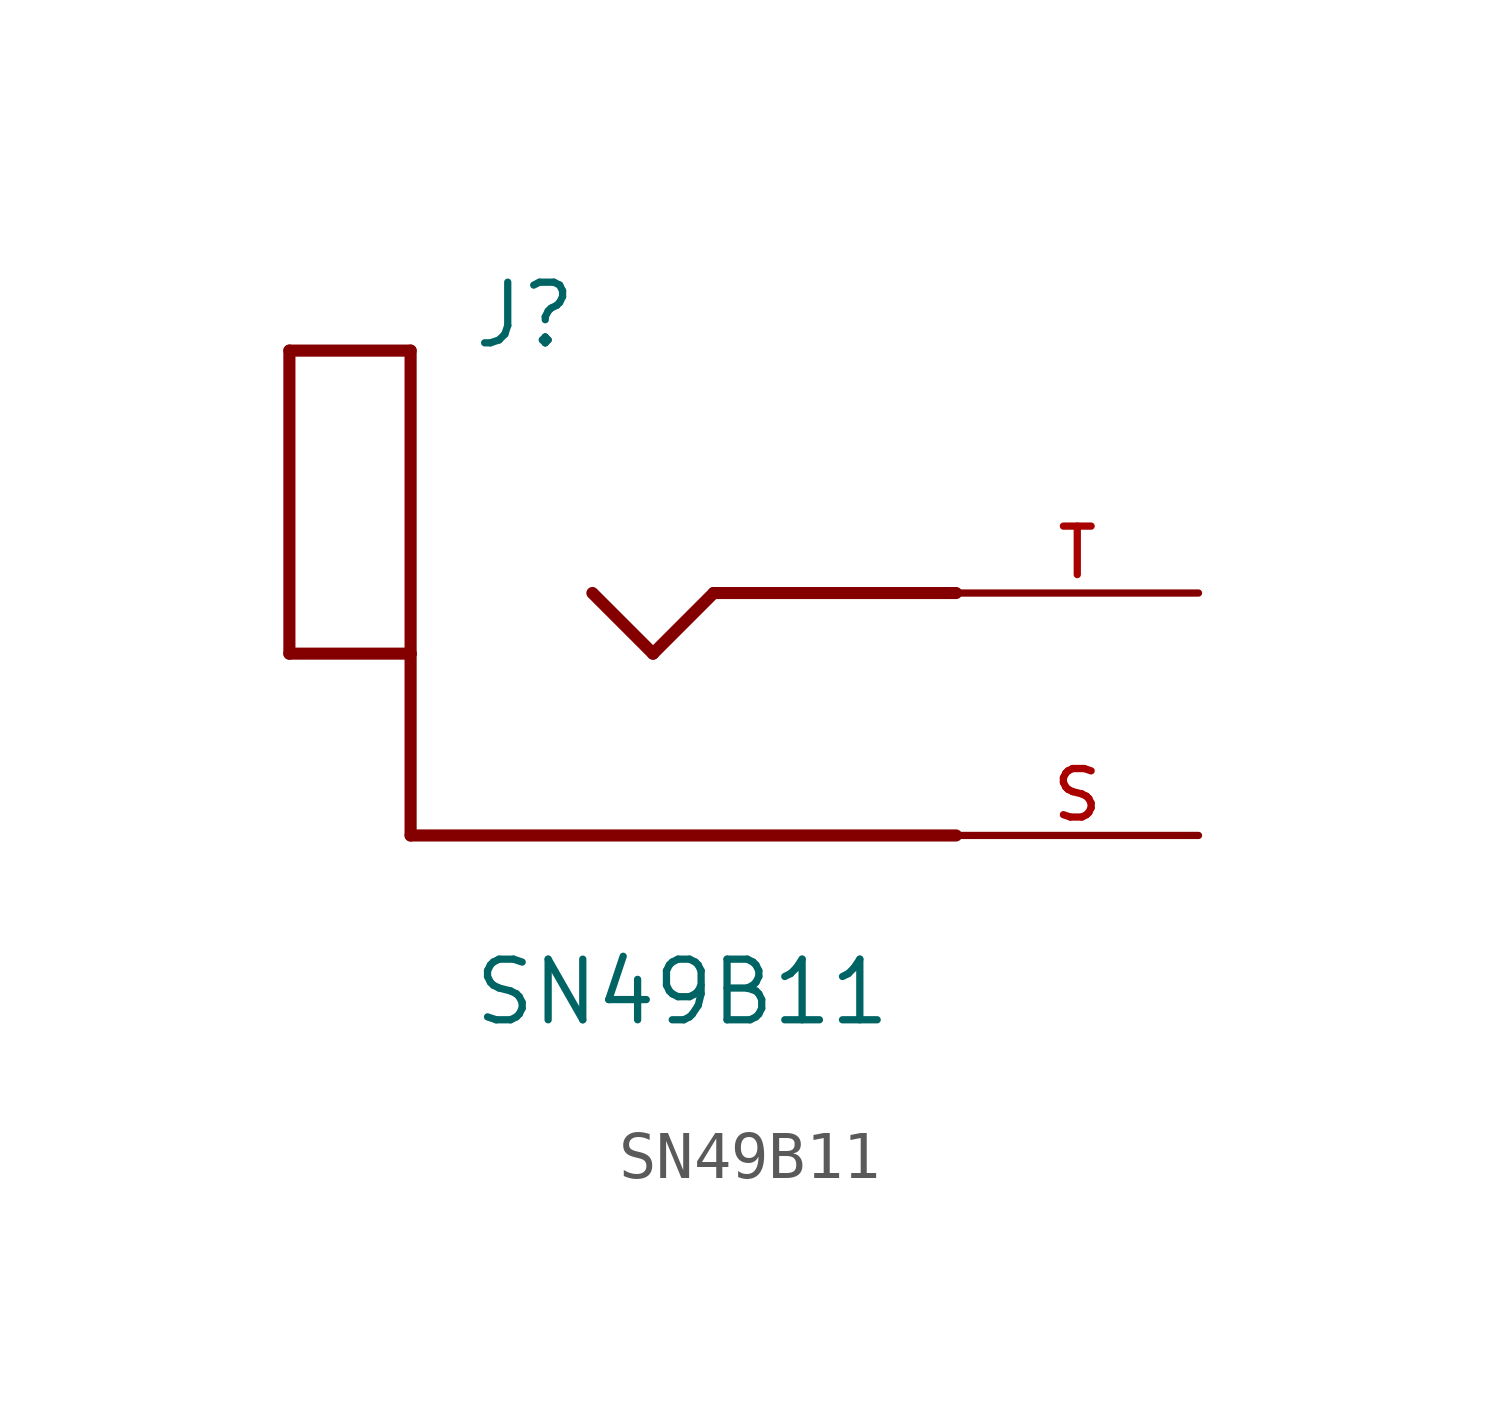
<source format=kicad_sym>
(kicad_symbol_lib
  (version 20211014)
  (generator kicad_symbol_editor)
  (symbol "SN49B11"
    (pin_names
      (offset 1.016))
    (property "Reference" "J"
      (at -5.08 5.08 0)
      (effects (font (size 1.27 1.27)) (justify bottom left)))
    (property "Value" "SN49B11"
      (at -5.08 -7.62 0)
      (effects (font (size 1.27 1.27)) (justify top left)))
    (symbol "SN49B11_0_0"
      (polyline (pts (xy -8.89 5.08) (xy -6.35 5.08)) (stroke (width 0.254)))
      (polyline (pts (xy -6.35 5.08) (xy -6.35 -1.27)) (stroke (width 0.254)))
      (polyline (pts (xy -6.35 -1.27) (xy -8.89 -1.27)) (stroke (width 0.254)))
      (polyline (pts (xy -8.89 -1.27) (xy -8.89 5.08)) (stroke (width 0.254)))
      (polyline (pts (xy -6.35 -5.08) (xy 5.08 -5.08)) (stroke (width 0.254)))
      (polyline (pts (xy -2.54 0.0) (xy -1.27 -1.27)) (stroke (width 0.254)))
      (polyline (pts (xy -1.27 -1.27) (xy 0.0 0.0)) (stroke (width 0.254)))
      (polyline (pts (xy 0.0 0.0) (xy 5.08 0.0)) (stroke (width 0.254)))
      (polyline (pts (xy -6.35 -5.08) (xy -6.35 -1.27)) (stroke (width 0.254)))
      (pin passive line (at 10.16 -5.08 180.0) (length 5.08) (name "~" (effects (font (size 1.016 1.016)))) (number "S" (effects (font (size 1.016 1.016)))))
      (pin passive line (at 10.16 0.0 180.0) (length 5.08) (name "~" (effects (font (size 1.016 1.016)))) (number "T" (effects (font (size 1.016 1.016))))))))
</source>
